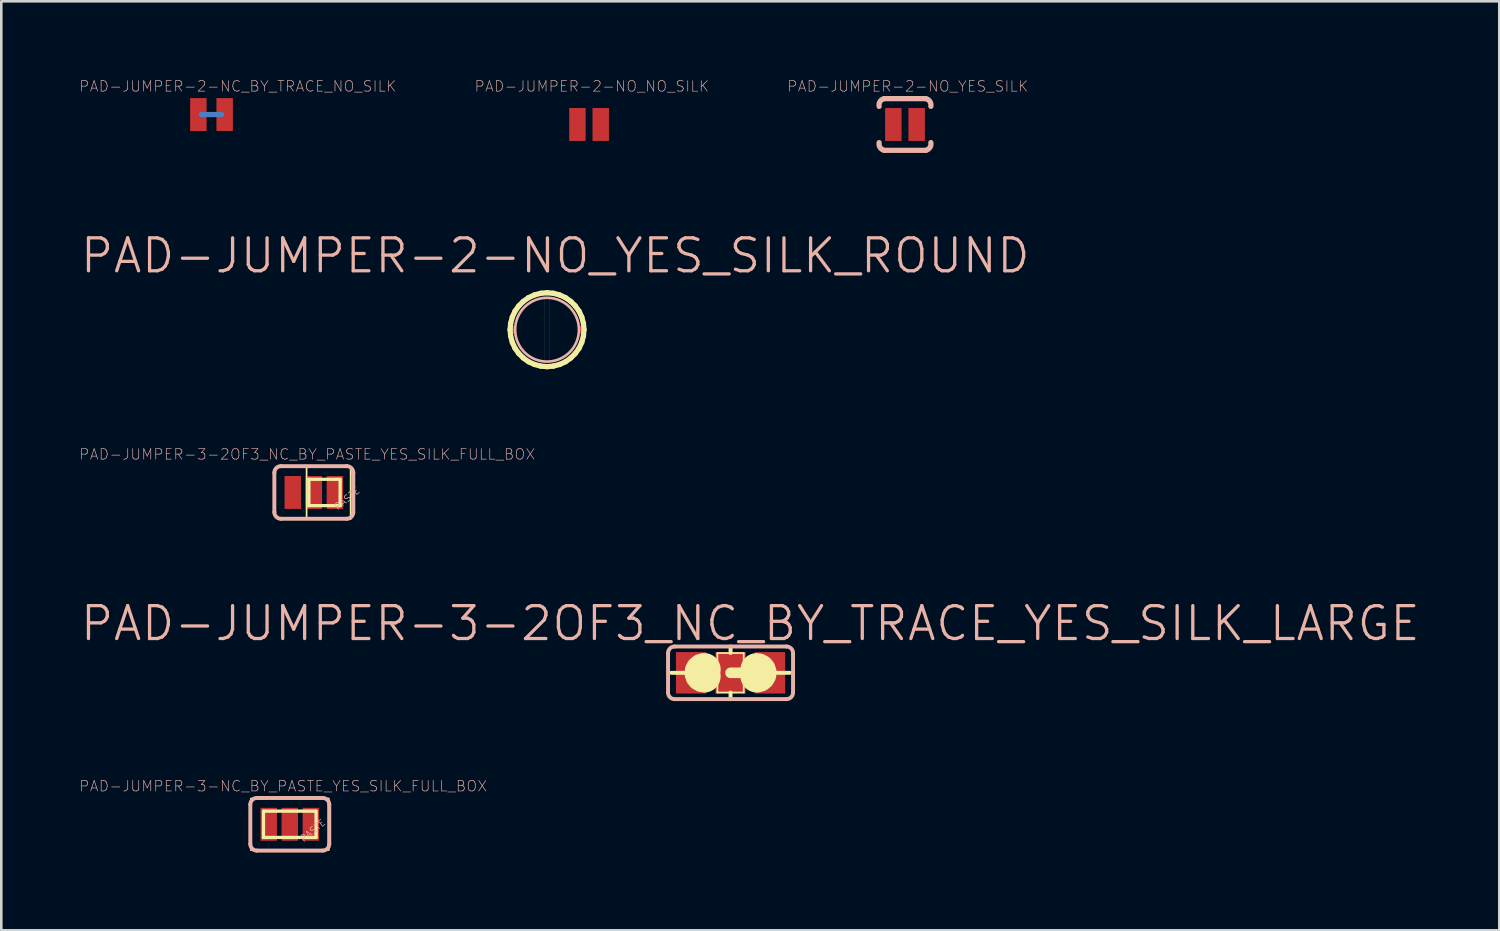
<source format=kicad_pcb>
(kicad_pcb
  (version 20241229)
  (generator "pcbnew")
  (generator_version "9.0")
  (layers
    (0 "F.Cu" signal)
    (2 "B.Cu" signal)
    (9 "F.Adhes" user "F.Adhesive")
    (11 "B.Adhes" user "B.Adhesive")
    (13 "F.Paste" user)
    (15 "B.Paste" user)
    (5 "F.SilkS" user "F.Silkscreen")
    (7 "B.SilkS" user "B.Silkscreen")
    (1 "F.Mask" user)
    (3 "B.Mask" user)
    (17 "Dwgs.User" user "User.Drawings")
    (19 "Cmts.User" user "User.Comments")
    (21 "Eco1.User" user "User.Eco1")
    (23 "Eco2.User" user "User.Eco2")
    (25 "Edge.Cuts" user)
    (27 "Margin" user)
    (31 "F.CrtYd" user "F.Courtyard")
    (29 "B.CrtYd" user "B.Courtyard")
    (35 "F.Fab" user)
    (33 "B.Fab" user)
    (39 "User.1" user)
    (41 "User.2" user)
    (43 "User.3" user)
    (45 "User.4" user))
  (footprint "PAD-JUMPER-3-2OF3_NC_BY_TRACE_YES_SILK_LARGE"
    (layer "F.Cu")
    (at 25.155 22.926)
    (property "Reference" "PAD-JUMPER-3-2OF3_NC_BY_TRACE_YES_SILK_LARGE" (at 0.762 -1.905 0) (layer "B.SilkS") (effects (font (size 1.27 1.27) (thickness 0.127))))
    (attr smd)
    (fp_line (start 0 0) (end 1.27 0) (stroke (width 0.406) (type solid)) (layer "B.Cu"))
    (fp_line (start -1.778 0) (end -2.286 0) (stroke (width 0.152) (type solid)) (layer "F.SilkS"))
    (fp_line (start -0.508 -0.762) (end 0.508 -0.762) (stroke (width 0.066) (type solid)) (layer "F.SilkS"))
    (fp_line (start -0.508 0.762) (end -0.508 -0.762) (stroke (width 0.066) (type solid)) (layer "F.SilkS"))
    (fp_line (start -0.508 0.762) (end 0.508 0.762) (stroke (width 0.066) (type solid)) (layer "F.SilkS"))
    (fp_line (start 0 -0.762) (end 0 -1.016) (stroke (width 0.152) (type solid)) (layer "F.SilkS"))
    (fp_line (start 0 0) (end 1.27 0) (stroke (width 0.406) (type solid)) (layer "F.SilkS"))
    (fp_line (start 0 1.016) (end 0 0.762) (stroke (width 0.152) (type solid)) (layer "F.SilkS"))
    (fp_line (start 0.508 0.762) (end 0.508 -0.762) (stroke (width 0.066) (type solid)) (layer "F.SilkS"))
    (fp_line (start 1.778 0) (end 2.286 0) (stroke (width 0.152) (type solid)) (layer "F.SilkS"))
    (fp_arc (start -1.016 0.127) (mid -1.143 0) (end -1.016 -0.127) (stroke (width 1.27) (type solid)) (layer "F.SilkS"))
    (fp_arc (start 1.016 -0.127) (mid 1.143 0) (end 1.016 0.127) (stroke (width 1.27) (type solid)) (layer "F.SilkS"))
    (fp_line (start -2.413 0.762) (end -2.413 -0.762) (stroke (width 0.152) (type solid)) (layer "B.SilkS"))
    (fp_line (start -2.159 -1.016) (end 2.159 -1.016) (stroke (width 0.152) (type solid)) (layer "B.SilkS"))
    (fp_line (start 2.159 1.016) (end -2.159 1.016) (stroke (width 0.152) (type solid)) (layer "B.SilkS"))
    (fp_line (start 2.413 0.762) (end 2.413 -0.762) (stroke (width 0.152) (type solid)) (layer "B.SilkS"))
    (fp_arc (start -2.413 -0.762) (mid -2.338605 -0.941605) (end -2.159 -1.016) (stroke (width 0.1524) (type solid)) (layer "B.SilkS"))
    (fp_arc (start -2.159 1.016) (mid -2.338605 0.941605) (end -2.413 0.762) (stroke (width 0.1524) (type solid)) (layer "B.SilkS"))
    (fp_arc (start 2.159 -1.016) (mid 2.338605 -0.941605) (end 2.413 -0.762) (stroke (width 0.1524) (type solid)) (layer "B.SilkS"))
    (fp_arc (start 2.413 0.762) (mid 2.338605 0.941605) (end 2.159 1.016) (stroke (width 0.1524) (type solid)) (layer "B.SilkS"))
    (pad "1" smd rect (at -1.524 0) (size 1.168 1.6) (layers "F.Cu" "F.Mask" "F.Paste"))
    (pad "2" smd rect (at 0 0) (size 1.168 1.6) (layers "F.Cu" "F.Mask" "F.Paste"))
    (pad "3" smd rect (at 1.524 0) (size 1.168 1.6) (layers "F.Cu" "F.Mask" "F.Paste")))
  (footprint "PAD-JUMPER-2-NC_BY_TRACE_NO_SILK"
    (layer "F.Cu")
    (at 5.116 1.372)
    (property "Reference" "PAD-JUMPER-2-NC_BY_TRACE_NO_SILK" (at 1.016 -1.09 0) (layer "B.SilkS") (effects (font (size 0.406 0.406) (thickness 0.025))))
    (attr smd)
    (fp_line (start -0.381 0) (end 0.381 0) (stroke (width 0.203) (type solid)) (layer "B.Cu"))
    (pad "1" smd rect (at -0.508 0) (size 0.635 1.27) (layers "F.Cu" "F.Mask" "F.Paste"))
    (pad "2" smd rect (at 0.508 0) (size 0.635 1.27) (layers "F.Cu" "F.Mask" "F.Paste")))
  (footprint "PAD-JUMPER-3-NC_BY_PASTE_YES_SILK_FULL_BOX"
    (layer "F.Cu")
    (at 8.138 28.774)
    (property "Reference" "PAD-JUMPER-3-NC_BY_PASTE_YES_SILK_FULL_BOX" (at -0.254 -1.473 0) (layer "B.SilkS") (effects (font (size 0.406 0.406) (thickness 0.025))))
    (attr smd)
    (fp_line (start -1.499 -0.991) (end 1.499 -0.991) (stroke (width 0.066) (type solid)) (layer "F.SilkS"))
    (fp_line (start -1.499 0.991) (end -1.499 -0.991) (stroke (width 0.066) (type solid)) (layer "F.SilkS"))
    (fp_line (start -1.499 0.991) (end 1.499 0.991) (stroke (width 0.066) (type solid)) (layer "F.SilkS"))
    (fp_line (start -1.016 -0.508) (end -1.016 0.508) (stroke (width 0.127) (type solid)) (layer "F.SilkS"))
    (fp_line (start -1.016 0.508) (end 1.016 0.508) (stroke (width 0.127) (type solid)) (layer "F.SilkS"))
    (fp_line (start 1.016 -0.508) (end -1.016 -0.508) (stroke (width 0.127) (type solid)) (layer "F.SilkS"))
    (fp_line (start 1.016 0.508) (end 1.016 -0.508) (stroke (width 0.127) (type solid)) (layer "F.SilkS"))
    (fp_line (start 1.499 0.991) (end 1.499 -0.991) (stroke (width 0.066) (type solid)) (layer "F.SilkS"))
    (fp_line (start -1.524 0.762) (end -1.524 -0.762) (stroke (width 0.152) (type solid)) (layer "B.SilkS"))
    (fp_line (start -1.27 -1.016) (end 1.27 -1.016) (stroke (width 0.152) (type solid)) (layer "B.SilkS"))
    (fp_line (start 1.27 1.016) (end -1.27 1.016) (stroke (width 0.152) (type solid)) (layer "B.SilkS"))
    (fp_line (start 1.524 0.762) (end 1.524 -0.762) (stroke (width 0.152) (type solid)) (layer "B.SilkS"))
    (fp_arc (start -1.524 -0.762) (mid -1.449605 -0.941605) (end -1.27 -1.016) (stroke (width 0.1524) (type solid)) (layer "B.SilkS"))
    (fp_arc (start -1.27 1.016) (mid -1.449605 0.941605) (end -1.524 0.762) (stroke (width 0.1524) (type solid)) (layer "B.SilkS"))
    (fp_arc (start 1.27 -1.016) (mid 1.449605 -0.941605) (end 1.524 -0.762) (stroke (width 0.1524) (type solid)) (layer "B.SilkS"))
    (fp_arc (start 1.524 0.762) (mid 1.449605 0.941605) (end 1.27 1.016) (stroke (width 0.1524) (type solid)) (layer "B.SilkS"))
    (fp_text user "PASTE" (at 0.886 0.241 40) (layer "B.SilkS") (effects (font (size 0.254 0.254) (thickness 0.025))))
    (pad "1" smd rect (at -0.813 0) (size 0.635 1.27) (layers "F.Cu" "F.Mask" "F.Paste"))
    (pad "2" smd rect (at 0 0) (size 0.635 1.27) (layers "F.Cu" "F.Mask" "F.Paste"))
    (pad "3" smd rect (at 0.813 0) (size 0.635 1.27) (layers "F.Cu" "F.Mask" "F.Paste")))
  (footprint "PAD-JUMPER-2-NO_YES_SILK_ROUND"
    (layer "F.Cu")
    (at 18.07 9.679)
    (property "Reference" "PAD-JUMPER-2-NO_YES_SILK_ROUND" (at 0.318 -2.857 0) (layer "B.SilkS") (effects (font (size 1.27 1.27) (thickness 0.127))))
    (attr smd)
    (fp_line (start -1.379 0) (end -1.364 -0.231) (stroke (width 0.005) (type solid)) (layer "B.Cu"))
    (fp_line (start -1.364 -0.231) (end -1.311 -0.457) (stroke (width 0.005) (type solid)) (layer "B.Cu"))
    (fp_line (start -1.364 0.231) (end -1.379 0) (stroke (width 0.005) (type solid)) (layer "B.Cu"))
    (fp_line (start -1.311 -0.457) (end -1.222 -0.673) (stroke (width 0.005) (type solid)) (layer "B.Cu"))
    (fp_line (start -1.311 0.457) (end -1.364 0.231) (stroke (width 0.005) (type solid)) (layer "B.Cu"))
    (fp_line (start -1.222 -0.673) (end -1.097 -0.869) (stroke (width 0.005) (type solid)) (layer "B.Cu"))
    (fp_line (start -1.222 0.673) (end -1.311 0.457) (stroke (width 0.005) (type solid)) (layer "B.Cu"))
    (fp_line (start -1.097 -0.869) (end -0.942 -1.044) (stroke (width 0.005) (type solid)) (layer "B.Cu"))
    (fp_line (start -1.097 0.869) (end -1.222 0.673) (stroke (width 0.005) (type solid)) (layer "B.Cu"))
    (fp_line (start -0.942 -1.044) (end -0.759 -1.191) (stroke (width 0.005) (type solid)) (layer "B.Cu"))
    (fp_line (start -0.942 1.044) (end -1.097 0.869) (stroke (width 0.005) (type solid)) (layer "B.Cu"))
    (fp_line (start -0.759 -1.191) (end -0.559 -1.306) (stroke (width 0.005) (type solid)) (layer "B.Cu"))
    (fp_line (start -0.759 1.191) (end -0.942 1.044) (stroke (width 0.005) (type solid)) (layer "B.Cu"))
    (fp_line (start -0.559 -1.306) (end -0.338 -1.384) (stroke (width 0.005) (type solid)) (layer "B.Cu"))
    (fp_line (start -0.559 1.306) (end -0.759 1.191) (stroke (width 0.005) (type solid)) (layer "B.Cu"))
    (fp_line (start -0.338 -1.384) (end -0.109 -1.427) (stroke (width 0.005) (type solid)) (layer "B.Cu"))
    (fp_line (start -0.338 1.384) (end -0.559 1.306) (stroke (width 0.005) (type solid)) (layer "B.Cu"))
    (fp_line (start -0.109 -1.427) (end -0.109 1.427) (stroke (width 0.005) (type solid)) (layer "B.Cu"))
    (fp_line (start -0.109 1.427) (end -0.338 1.384) (stroke (width 0.005) (type solid)) (layer "B.Cu"))
    (fp_line (start 0.109 -1.427) (end 0.109 1.427) (stroke (width 0.005) (type solid)) (layer "B.Cu"))
    (fp_line (start 0.109 1.427) (end 0.338 1.384) (stroke (width 0.005) (type solid)) (layer "B.Cu"))
    (fp_line (start 0.338 -1.384) (end 0.109 -1.427) (stroke (width 0.005) (type solid)) (layer "B.Cu"))
    (fp_line (start 0.338 1.384) (end 0.559 1.306) (stroke (width 0.005) (type solid)) (layer "B.Cu"))
    (fp_line (start 0.559 -1.306) (end 0.338 -1.384) (stroke (width 0.005) (type solid)) (layer "B.Cu"))
    (fp_line (start 0.559 1.306) (end 0.759 1.191) (stroke (width 0.005) (type solid)) (layer "B.Cu"))
    (fp_line (start 0.759 -1.191) (end 0.559 -1.306) (stroke (width 0.005) (type solid)) (layer "B.Cu"))
    (fp_line (start 0.759 1.191) (end 0.942 1.044) (stroke (width 0.005) (type solid)) (layer "B.Cu"))
    (fp_line (start 0.942 -1.044) (end 0.759 -1.191) (stroke (width 0.005) (type solid)) (layer "B.Cu"))
    (fp_line (start 0.942 1.044) (end 1.097 0.869) (stroke (width 0.005) (type solid)) (layer "B.Cu"))
    (fp_line (start 1.097 -0.869) (end 0.942 -1.044) (stroke (width 0.005) (type solid)) (layer "B.Cu"))
    (fp_line (start 1.097 0.869) (end 1.222 0.673) (stroke (width 0.005) (type solid)) (layer "B.Cu"))
    (fp_line (start 1.222 -0.673) (end 1.097 -0.869) (stroke (width 0.005) (type solid)) (layer "B.Cu"))
    (fp_line (start 1.222 0.673) (end 1.311 0.457) (stroke (width 0.005) (type solid)) (layer "B.Cu"))
    (fp_line (start 1.311 -0.457) (end 1.222 -0.673) (stroke (width 0.005) (type solid)) (layer "B.Cu"))
    (fp_line (start 1.311 0.457) (end 1.364 0.231) (stroke (width 0.005) (type solid)) (layer "B.Cu"))
    (fp_line (start 1.364 -0.231) (end 1.311 -0.457) (stroke (width 0.005) (type solid)) (layer "B.Cu"))
    (fp_line (start 1.364 0.231) (end 1.379 0) (stroke (width 0.005) (type solid)) (layer "B.Cu"))
    (fp_line (start 1.379 0) (end 1.364 -0.231) (stroke (width 0.005) (type solid)) (layer "B.Cu"))
    (fp_line (start -1.427 0) (end -1.405 -0.246) (stroke (width 0.203) (type solid)) (layer "F.SilkS"))
    (fp_line (start -1.405 -0.246) (end -1.341 -0.488) (stroke (width 0.203) (type solid)) (layer "F.SilkS"))
    (fp_line (start -1.405 0.246) (end -1.427 0) (stroke (width 0.203) (type solid)) (layer "F.SilkS"))
    (fp_line (start -1.341 -0.488) (end -1.237 -0.714) (stroke (width 0.203) (type solid)) (layer "F.SilkS"))
    (fp_line (start -1.341 0.488) (end -1.405 0.246) (stroke (width 0.203) (type solid)) (layer "F.SilkS"))
    (fp_line (start -1.237 -0.714) (end -1.092 -0.917) (stroke (width 0.203) (type solid)) (layer "F.SilkS"))
    (fp_line (start -1.237 0.714) (end -1.341 0.488) (stroke (width 0.203) (type solid)) (layer "F.SilkS"))
    (fp_line (start -1.092 -0.917) (end -0.917 -1.092) (stroke (width 0.203) (type solid)) (layer "F.SilkS"))
    (fp_line (start -1.092 0.917) (end -1.237 0.714) (stroke (width 0.203) (type solid)) (layer "F.SilkS"))
    (fp_line (start -0.917 -1.092) (end -0.714 -1.237) (stroke (width 0.203) (type solid)) (layer "F.SilkS"))
    (fp_line (start -0.917 1.092) (end -1.092 0.917) (stroke (width 0.203) (type solid)) (layer "F.SilkS"))
    (fp_line (start -0.714 -1.237) (end -0.488 -1.341) (stroke (width 0.203) (type solid)) (layer "F.SilkS"))
    (fp_line (start -0.714 1.237) (end -0.917 1.092) (stroke (width 0.203) (type solid)) (layer "F.SilkS"))
    (fp_line (start -0.488 -1.341) (end -0.246 -1.405) (stroke (width 0.203) (type solid)) (layer "F.SilkS"))
    (fp_line (start -0.488 1.341) (end -0.714 1.237) (stroke (width 0.203) (type solid)) (layer "F.SilkS"))
    (fp_line (start -0.246 -1.405) (end 0 -1.427) (stroke (width 0.203) (type solid)) (layer "F.SilkS"))
    (fp_line (start -0.246 1.405) (end -0.488 1.341) (stroke (width 0.203) (type solid)) (layer "F.SilkS"))
    (fp_line (start 0 -1.427) (end 0.246 -1.405) (stroke (width 0.203) (type solid)) (layer "F.SilkS"))
    (fp_line (start 0 1.427) (end -0.246 1.405) (stroke (width 0.203) (type solid)) (layer "F.SilkS"))
    (fp_line (start 0.246 -1.405) (end 0.488 -1.341) (stroke (width 0.203) (type solid)) (layer "F.SilkS"))
    (fp_line (start 0.246 1.405) (end 0 1.427) (stroke (width 0.203) (type solid)) (layer "F.SilkS"))
    (fp_line (start 0.488 -1.341) (end 0.714 -1.237) (stroke (width 0.203) (type solid)) (layer "F.SilkS"))
    (fp_line (start 0.488 1.341) (end 0.246 1.405) (stroke (width 0.203) (type solid)) (layer "F.SilkS"))
    (fp_line (start 0.714 -1.237) (end 0.917 -1.092) (stroke (width 0.203) (type solid)) (layer "F.SilkS"))
    (fp_line (start 0.714 1.237) (end 0.488 1.341) (stroke (width 0.203) (type solid)) (layer "F.SilkS"))
    (fp_line (start 0.917 -1.092) (end 1.092 -0.917) (stroke (width 0.203) (type solid)) (layer "F.SilkS"))
    (fp_line (start 0.917 1.092) (end 0.714 1.237) (stroke (width 0.203) (type solid)) (layer "F.SilkS"))
    (fp_line (start 1.092 -0.917) (end 1.237 -0.714) (stroke (width 0.203) (type solid)) (layer "F.SilkS"))
    (fp_line (start 1.092 0.917) (end 0.917 1.092) (stroke (width 0.203) (type solid)) (layer "F.SilkS"))
    (fp_line (start 1.237 -0.714) (end 1.341 -0.488) (stroke (width 0.203) (type solid)) (layer "F.SilkS"))
    (fp_line (start 1.237 0.714) (end 1.092 0.917) (stroke (width 0.203) (type solid)) (layer "F.SilkS"))
    (fp_line (start 1.341 -0.488) (end 1.405 -0.246) (stroke (width 0.203) (type solid)) (layer "F.SilkS"))
    (fp_line (start 1.341 0.488) (end 1.237 0.714) (stroke (width 0.203) (type solid)) (layer "F.SilkS"))
    (fp_line (start 1.405 -0.246) (end 1.427 0) (stroke (width 0.203) (type solid)) (layer "F.SilkS"))
    (fp_line (start 1.405 0.246) (end 1.341 0.488) (stroke (width 0.203) (type solid)) (layer "F.SilkS"))
    (fp_line (start 1.427 0) (end 1.405 0.246) (stroke (width 0.203) (type solid)) (layer "F.SilkS"))
    (fp_circle (center 0 0) (end -0.871 0.871) (stroke (width 0.102) (type solid)) (fill no) (layer "B.SilkS"))
    (pad "1" smd rect (at -1.27 0 270) (size 0.305 0.152) (layers "F.Cu" "F.Mask" "F.Paste"))
    (pad "2" smd rect (at 1.27 0 90) (size 0.305 0.152) (layers "F.Cu" "F.Mask" "F.Paste")))
  (footprint "PAD-JUMPER-2-NO_YES_SILK"
    (layer "F.Cu")
    (at 31.89 1.756)
    (property "Reference" "PAD-JUMPER-2-NO_YES_SILK" (at 0.107 -1.473 0) (layer "B.SilkS") (effects (font (size 0.406 0.406) (thickness 0.025))))
    (attr smd)
    (fp_line (start -0.798 -0.998) (end 0.798 -0.998) (stroke (width 0.203) (type solid)) (layer "B.SilkS"))
    (fp_line (start 0.798 0.998) (end -0.798 0.998) (stroke (width 0.203) (type solid)) (layer "B.SilkS"))
    (fp_arc (start -0.99822 -0.6985) (mid -0.961234 -0.889392) (end -0.8001 -0.99822) (stroke (width 0.2032) (type solid)) (layer "B.SilkS"))
    (fp_arc (start -0.79756 0.99822) (mid -0.959438 0.891188) (end -0.99822 0.70104) (stroke (width 0.2032) (type solid)) (layer "B.SilkS"))
    (fp_arc (start 0.79756 -0.99822) (mid 0.959438 -0.891188) (end 0.99822 -0.70104) (stroke (width 0.2032) (type solid)) (layer "B.SilkS"))
    (fp_arc (start 0.99822 0.6985) (mid 0.961234 0.889392) (end 0.8001 0.99822) (stroke (width 0.2032) (type solid)) (layer "B.SilkS"))
    (pad "1" smd rect (at -0.45 0) (size 0.635 1.27) (layers "F.Cu" "F.Mask" "F.Paste"))
    (pad "2" smd rect (at 0.45 0) (size 0.635 1.27) (layers "F.Cu" "F.Mask" "F.Paste")))
  (footprint "PAD-JUMPER-3-2OF3_NC_BY_PASTE_YES_SILK_FULL_BOX"
    (layer "F.Cu")
    (at 9.066 15.963)
    (property "Reference" "PAD-JUMPER-3-2OF3_NC_BY_PASTE_YES_SILK_FULL_BOX" (at -0.254 -1.473 0) (layer "B.SilkS") (effects (font (size 0.406 0.406) (thickness 0.025))))
    (attr smd)
    (fp_line (start -0.279 -0.991) (end 1.422 -0.991) (stroke (width 0.066) (type solid)) (layer "F.SilkS"))
    (fp_line (start -0.279 1.016) (end -0.279 -0.991) (stroke (width 0.066) (type solid)) (layer "F.SilkS"))
    (fp_line (start -0.279 1.016) (end 1.422 1.016) (stroke (width 0.066) (type solid)) (layer "F.SilkS"))
    (fp_line (start -0.191 -0.508) (end -0.191 0.508) (stroke (width 0.127) (type solid)) (layer "F.SilkS"))
    (fp_line (start -0.191 0.508) (end 1.016 0.508) (stroke (width 0.127) (type solid)) (layer "F.SilkS"))
    (fp_line (start 1.016 -0.508) (end -0.191 -0.508) (stroke (width 0.127) (type solid)) (layer "F.SilkS"))
    (fp_line (start 1.016 0.508) (end 1.016 -0.508) (stroke (width 0.127) (type solid)) (layer "F.SilkS"))
    (fp_line (start 1.422 1.016) (end 1.422 -0.991) (stroke (width 0.066) (type solid)) (layer "F.SilkS"))
    (fp_line (start -1.524 0.762) (end -1.524 -0.762) (stroke (width 0.152) (type solid)) (layer "B.SilkS"))
    (fp_line (start -1.27 -1.016) (end 1.27 -1.016) (stroke (width 0.152) (type solid)) (layer "B.SilkS"))
    (fp_line (start 1.27 1.016) (end -1.27 1.016) (stroke (width 0.152) (type solid)) (layer "B.SilkS"))
    (fp_line (start 1.524 0.762) (end 1.524 -0.762) (stroke (width 0.152) (type solid)) (layer "B.SilkS"))
    (fp_arc (start -1.524 -0.762) (mid -1.449605 -0.941605) (end -1.27 -1.016) (stroke (width 0.1524) (type solid)) (layer "B.SilkS"))
    (fp_arc (start -1.27 1.016) (mid -1.449605 0.941605) (end -1.524 0.762) (stroke (width 0.1524) (type solid)) (layer "B.SilkS"))
    (fp_arc (start 1.27 -1.016) (mid 1.449605 -0.941605) (end 1.524 -0.762) (stroke (width 0.1524) (type solid)) (layer "B.SilkS"))
    (fp_arc (start 1.524 0.762) (mid 1.449605 0.941605) (end 1.27 1.016) (stroke (width 0.1524) (type solid)) (layer "B.SilkS"))
    (fp_text user "PASTE" (at 1.283 0.241 40) (layer "B.SilkS") (effects (font (size 0.254 0.254) (thickness 0.025))))
    (pad "1" smd rect (at -0.813 0) (size 0.635 1.27) (layers "F.Cu" "F.Mask" "F.Paste"))
    (pad "2" smd rect (at 0 0) (size 0.635 1.27) (layers "F.Cu" "F.Mask" "F.Paste"))
    (pad "3" smd rect (at 0.813 0) (size 0.635 1.27) (layers "F.Cu" "F.Mask" "F.Paste")))
  (footprint "PAD-JUMPER-2-NO_NO_SILK"
    (layer "F.Cu")
    (at 19.693 1.756)
    (property "Reference" "PAD-JUMPER-2-NO_NO_SILK" (at 0.107 -1.473 0) (layer "B.SilkS") (effects (font (size 0.406 0.406) (thickness 0.025))))
    (attr smd)
    (pad "1" smd rect (at -0.45 0) (size 0.635 1.27) (layers "F.Cu" "F.Mask" "F.Paste"))
    (pad "2" smd rect (at 0.45 0) (size 0.635 1.27) (layers "F.Cu" "F.Mask" "F.Paste")))
  (gr_rect
    (start -3 -3)
    (end 54.834 32.866)
    (stroke (width 0.1) (type default))
    (fill no)
    (layer "Edge.Cuts")))
</source>
